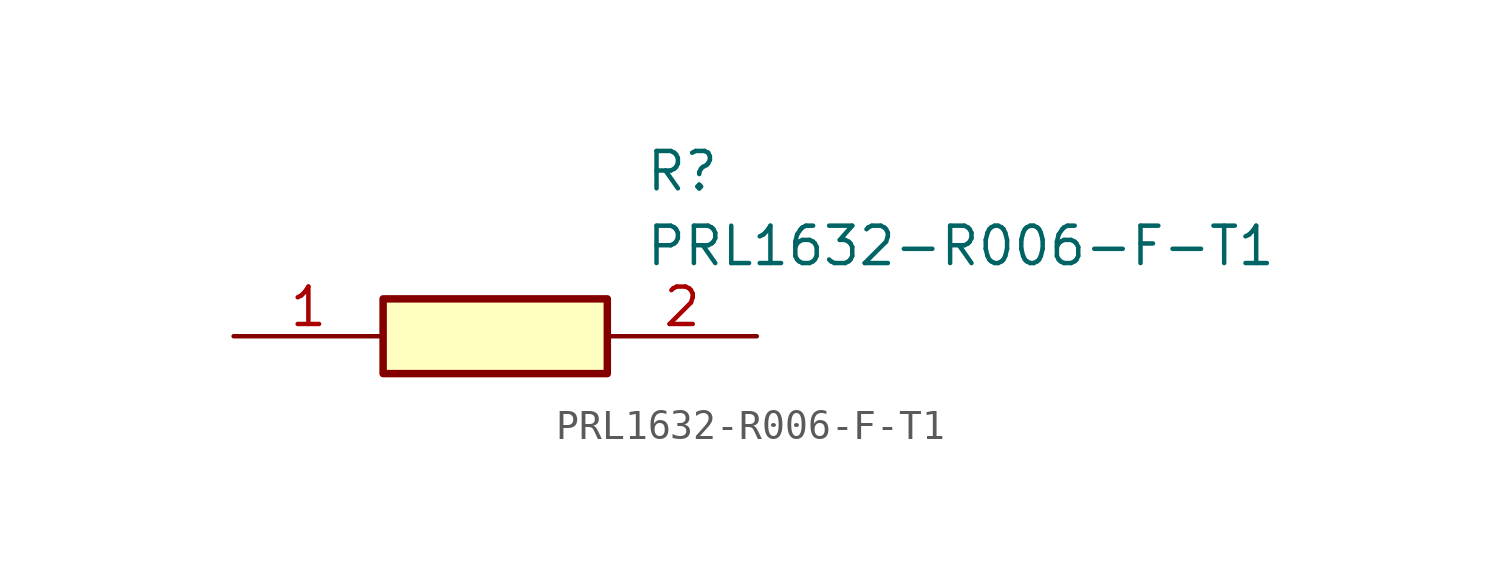
<source format=kicad_sym>
(kicad_symbol_lib
  (version 20211014)
  (generator SamacSys_ECAD_Model)
  (symbol "PRL1632-R006-F-T1"
    (pin_names hide)
    (property "Reference" "R"
      (at 13.97 6.35 0)
      (effects (font (size 1.27 1.27)) (justify left top)))
    (property "Value" "PRL1632-R006-F-T1"
      (at 13.97 3.81 0)
      (effects (font (size 1.27 1.27)) (justify left top)))
    (rectangle
      (start 5.08 1.27)
      (end 12.7 -1.27)
      (stroke (width 0.254) (type default))
      (fill (type background)))
    (pin passive line
      (at 0 0 0)
      (length 5.08)
      (name "1" (effects (font (size 1.27 1.27))))
      (number "1" (effects (font (size 1.27 1.27)))))
    (pin passive line
      (at 17.78 0 180)
      (length 5.08)
      (name "2" (effects (font (size 1.27 1.27))))
      (number "2" (effects (font (size 1.27 1.27)))))))
</source>
